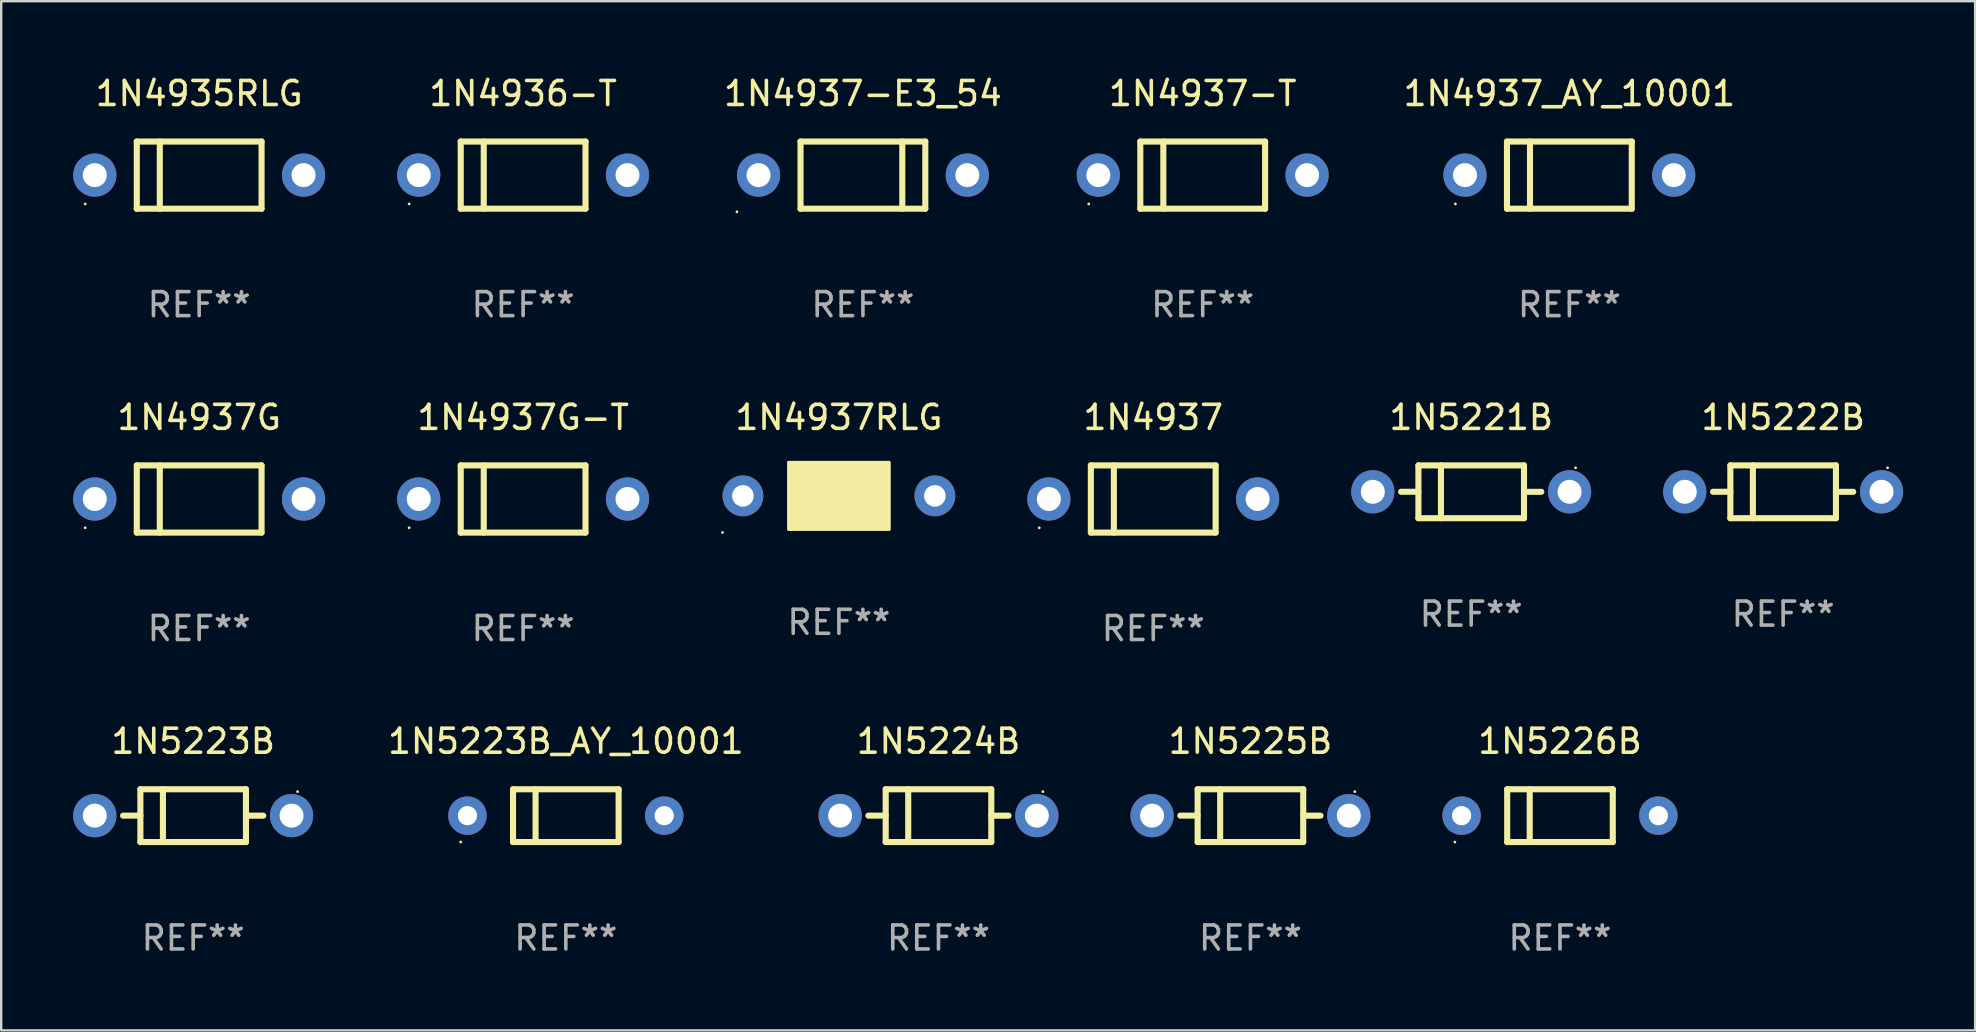
<source format=kicad_pcb>
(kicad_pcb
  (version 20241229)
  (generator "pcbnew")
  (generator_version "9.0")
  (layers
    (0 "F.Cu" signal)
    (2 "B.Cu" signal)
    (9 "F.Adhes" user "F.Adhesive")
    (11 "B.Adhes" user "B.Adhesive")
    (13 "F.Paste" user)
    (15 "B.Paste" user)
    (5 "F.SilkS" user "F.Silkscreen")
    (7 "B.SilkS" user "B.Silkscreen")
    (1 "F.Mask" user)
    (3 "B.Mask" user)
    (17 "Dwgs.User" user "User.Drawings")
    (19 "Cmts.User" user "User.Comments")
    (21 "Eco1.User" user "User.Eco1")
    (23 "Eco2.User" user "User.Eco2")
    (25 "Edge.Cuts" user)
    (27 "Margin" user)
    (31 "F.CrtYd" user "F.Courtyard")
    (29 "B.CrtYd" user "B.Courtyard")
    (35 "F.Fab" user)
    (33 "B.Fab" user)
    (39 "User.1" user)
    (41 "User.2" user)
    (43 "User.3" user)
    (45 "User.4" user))
  (footprint "1N5225B"
    (layer "F.Cu")
    (at 49.06 30.941)
    (property "Reference" "1N5225B" (at 0 -3.1 0) (layer "F.SilkS") (effects (font (size 1 1) (thickness 0.15))))
    (attr through_hole)
    (fp_line (start -2.2 -1.1) (end -2.2 1.1) (stroke (width 0.254) (type solid)) (layer "F.SilkS"))
    (fp_line (start -2.2 -1.1) (end 2.2 -1.1) (stroke (width 0.254) (type solid)) (layer "F.SilkS"))
    (fp_line (start -2.2 -0.001) (end -2.921 -0.001) (stroke (width 0.254) (type solid)) (layer "F.SilkS"))
    (fp_line (start -2.2 1.1) (end 2.2 1.1) (stroke (width 0.254) (type solid)) (layer "F.SilkS"))
    (fp_line (start -1.261 -1.1) (end -1.261 1.1) (stroke (width 0.254) (type solid)) (layer "F.SilkS"))
    (fp_line (start 2.2 -1.1) (end 2.2 1.1) (stroke (width 0.254) (type solid)) (layer "F.SilkS"))
    (fp_line (start 2.2 0.001) (end 2.921 0.001) (stroke (width 0.254) (type solid)) (layer "F.SilkS"))
    (fp_circle (center 4.35 -1) (end 4.38 -1) (stroke (width 0.06) (type solid)) (fill no) (layer "F.SilkS"))
    (fp_text user "REF**" (at 0 5.1 0) (layer "F.Fab") (effects (font (size 1 1) (thickness 0.15))))
    (pad "1" thru_hole circle (at 4.1 0) (size 1.8 1.8) (drill 1) (layers "*.Cu" "*.Mask"))
    (pad "2" thru_hole circle (at -4.1 0) (size 1.8 1.8) (drill 1) (layers "*.Cu" "*.Mask")))
  (footprint "1N5222B"
    (layer "F.Cu")
    (at 71.26 17.445)
    (property "Reference" "1N5222B" (at 0 -3.1 0) (layer "F.SilkS") (effects (font (size 1 1) (thickness 0.15))))
    (attr through_hole)
    (fp_line (start -2.2 -1.1) (end -2.2 1.1) (stroke (width 0.254) (type solid)) (layer "F.SilkS"))
    (fp_line (start -2.2 -1.1) (end 2.2 -1.1) (stroke (width 0.254) (type solid)) (layer "F.SilkS"))
    (fp_line (start -2.2 -0.001) (end -2.921 -0.001) (stroke (width 0.254) (type solid)) (layer "F.SilkS"))
    (fp_line (start -2.2 1.1) (end 2.2 1.1) (stroke (width 0.254) (type solid)) (layer "F.SilkS"))
    (fp_line (start -1.261 -1.1) (end -1.261 1.1) (stroke (width 0.254) (type solid)) (layer "F.SilkS"))
    (fp_line (start 2.2 -1.1) (end 2.2 1.1) (stroke (width 0.254) (type solid)) (layer "F.SilkS"))
    (fp_line (start 2.2 0.001) (end 2.921 0.001) (stroke (width 0.254) (type solid)) (layer "F.SilkS"))
    (fp_circle (center 4.35 -1) (end 4.38 -1) (stroke (width 0.06) (type solid)) (fill no) (layer "F.SilkS"))
    (fp_text user "REF**" (at 0 5.1 0) (layer "F.Fab") (effects (font (size 1 1) (thickness 0.15))))
    (pad "1" thru_hole circle (at 4.1 0) (size 1.8 1.8) (drill 1) (layers "*.Cu" "*.Mask"))
    (pad "2" thru_hole circle (at -4.1 0) (size 1.8 1.8) (drill 1) (layers "*.Cu" "*.Mask")))
  (footprint "1N4937G-T"
    (layer "F.Cu")
    (at 18.75 17.745)
    (property "Reference" "1N4937G-T" (at 0 -3.4 0) (layer "F.SilkS") (effects (font (size 1 1) (thickness 0.15))))
    (attr through_hole)
    (fp_line (start -2.6 -1.4) (end -2.6 1.4) (stroke (width 0.254) (type solid)) (layer "F.SilkS"))
    (fp_line (start -2.6 -1.4) (end 2.6 -1.4) (stroke (width 0.254) (type solid)) (layer "F.SilkS"))
    (fp_line (start -2.6 1.4) (end 2.6 1.4) (stroke (width 0.254) (type solid)) (layer "F.SilkS"))
    (fp_line (start -1.641 -1.4) (end -1.641 1.4) (stroke (width 0.254) (type solid)) (layer "F.SilkS"))
    (fp_line (start 2.6 -1.4) (end 2.6 1.4) (stroke (width 0.254) (type solid)) (layer "F.SilkS"))
    (fp_circle (center -4.75 1.2) (end -4.72 1.2) (stroke (width 0.06) (type solid)) (fill no) (layer "F.SilkS"))
    (fp_text user "REF**" (at 0 5.4 0) (layer "F.Fab") (effects (font (size 1 1) (thickness 0.15))))
    (pad "1" thru_hole circle (at -4.35 0) (size 1.8 1.8) (drill 1) (layers "*.Cu" "*.Mask"))
    (pad "2" thru_hole circle (at 4.35 0) (size 1.8 1.8) (drill 1) (layers "*.Cu" "*.Mask")))
  (footprint "1N5223B"
    (layer "F.Cu")
    (at 5 30.941)
    (property "Reference" "1N5223B" (at 0 -3.1 0) (layer "F.SilkS") (effects (font (size 1 1) (thickness 0.15))))
    (attr through_hole)
    (fp_line (start -2.2 -1.1) (end -2.2 1.1) (stroke (width 0.254) (type solid)) (layer "F.SilkS"))
    (fp_line (start -2.2 -1.1) (end 2.2 -1.1) (stroke (width 0.254) (type solid)) (layer "F.SilkS"))
    (fp_line (start -2.2 -0.001) (end -2.921 -0.001) (stroke (width 0.254) (type solid)) (layer "F.SilkS"))
    (fp_line (start -2.2 1.1) (end 2.2 1.1) (stroke (width 0.254) (type solid)) (layer "F.SilkS"))
    (fp_line (start -1.261 -1.1) (end -1.261 1.1) (stroke (width 0.254) (type solid)) (layer "F.SilkS"))
    (fp_line (start 2.2 -1.1) (end 2.2 1.1) (stroke (width 0.254) (type solid)) (layer "F.SilkS"))
    (fp_line (start 2.2 0.001) (end 2.921 0.001) (stroke (width 0.254) (type solid)) (layer "F.SilkS"))
    (fp_circle (center 4.35 -1) (end 4.38 -1) (stroke (width 0.06) (type solid)) (fill no) (layer "F.SilkS"))
    (fp_text user "REF**" (at 0 5.1 0) (layer "F.Fab") (effects (font (size 1 1) (thickness 0.15))))
    (pad "1" thru_hole circle (at 4.1 0) (size 1.8 1.8) (drill 1) (layers "*.Cu" "*.Mask"))
    (pad "2" thru_hole circle (at -4.1 0) (size 1.8 1.8) (drill 1) (layers "*.Cu" "*.Mask")))
  (footprint "1N4936-T"
    (layer "F.Cu")
    (at 18.75 4.248)
    (property "Reference" "1N4936-T" (at 0 -3.4 0) (layer "F.SilkS") (effects (font (size 1 1) (thickness 0.15))))
    (attr through_hole)
    (fp_line (start -2.6 -1.4) (end -2.6 1.4) (stroke (width 0.254) (type solid)) (layer "F.SilkS"))
    (fp_line (start -2.6 -1.4) (end 2.6 -1.4) (stroke (width 0.254) (type solid)) (layer "F.SilkS"))
    (fp_line (start -2.6 1.4) (end 2.6 1.4) (stroke (width 0.254) (type solid)) (layer "F.SilkS"))
    (fp_line (start -1.641 -1.4) (end -1.641 1.4) (stroke (width 0.254) (type solid)) (layer "F.SilkS"))
    (fp_line (start 2.6 -1.4) (end 2.6 1.4) (stroke (width 0.254) (type solid)) (layer "F.SilkS"))
    (fp_circle (center -4.75 1.2) (end -4.72 1.2) (stroke (width 0.06) (type solid)) (fill no) (layer "F.SilkS"))
    (fp_text user "REF**" (at 0 5.4 0) (layer "F.Fab") (effects (font (size 1 1) (thickness 0.15))))
    (pad "1" thru_hole circle (at -4.35 0) (size 1.8 1.8) (drill 1) (layers "*.Cu" "*.Mask"))
    (pad "2" thru_hole circle (at 4.35 0) (size 1.8 1.8) (drill 1) (layers "*.Cu" "*.Mask")))
  (footprint "1N4935RLG"
    (layer "F.Cu")
    (at 5.25 4.248)
    (property "Reference" "1N4935RLG" (at 0 -3.4 0) (layer "F.SilkS") (effects (font (size 1 1) (thickness 0.15))))
    (attr through_hole)
    (fp_line (start -2.6 -1.4) (end -2.6 1.4) (stroke (width 0.254) (type solid)) (layer "F.SilkS"))
    (fp_line (start -2.6 -1.4) (end 2.6 -1.4) (stroke (width 0.254) (type solid)) (layer "F.SilkS"))
    (fp_line (start -2.6 1.4) (end 2.6 1.4) (stroke (width 0.254) (type solid)) (layer "F.SilkS"))
    (fp_line (start -1.641 -1.4) (end -1.641 1.4) (stroke (width 0.254) (type solid)) (layer "F.SilkS"))
    (fp_line (start 2.6 -1.4) (end 2.6 1.4) (stroke (width 0.254) (type solid)) (layer "F.SilkS"))
    (fp_circle (center -4.75 1.2) (end -4.72 1.2) (stroke (width 0.06) (type solid)) (fill no) (layer "F.SilkS"))
    (fp_text user "REF**" (at 0 5.4 0) (layer "F.Fab") (effects (font (size 1 1) (thickness 0.15))))
    (pad "1" thru_hole circle (at -4.35 0) (size 1.8 1.8) (drill 1) (layers "*.Cu" "*.Mask"))
    (pad "2" thru_hole circle (at 4.35 0) (size 1.8 1.8) (drill 1) (layers "*.Cu" "*.Mask")))
  (footprint "1N5223B_AY_10001"
    (layer "F.Cu")
    (at 20.53 30.941)
    (property "Reference" "1N5223B_AY_10001" (at 0 -3.1 0) (layer "F.SilkS") (effects (font (size 1 1) (thickness 0.15))))
    (attr through_hole)
    (fp_line (start -2.2 -1.1) (end -2.2 1.1) (stroke (width 0.254) (type solid)) (layer "F.SilkS"))
    (fp_line (start -2.2 -1.1) (end 2.2 -1.1) (stroke (width 0.254) (type solid)) (layer "F.SilkS"))
    (fp_line (start -2.2 1.1) (end 2.2 1.1) (stroke (width 0.254) (type solid)) (layer "F.SilkS"))
    (fp_line (start -1.261 -1.1) (end -1.261 1.1) (stroke (width 0.254) (type solid)) (layer "F.SilkS"))
    (fp_line (start 2.2 -1.1) (end 2.2 1.1) (stroke (width 0.254) (type solid)) (layer "F.SilkS"))
    (fp_circle (center -4.38 1.1) (end -4.35 1.1) (stroke (width 0.06) (type solid)) (fill no) (layer "F.SilkS"))
    (fp_text user "REF**" (at 0 5.1 0) (layer "F.Fab") (effects (font (size 1 1) (thickness 0.15))))
    (pad "1" thru_hole circle (at -4.1 0) (size 1.6 1.6) (drill 0.8) (layers "*.Cu" "*.Mask"))
    (pad "2" thru_hole circle (at 4.1 0) (size 1.6 1.6) (drill 0.8) (layers "*.Cu" "*.Mask")))
  (footprint "1N4937-E3_54"
    (layer "F.Cu")
    (at 32.911 4.248)
    (property "Reference" "1N4937-E3_54" (at 0 -3.4 0) (layer "F.SilkS") (effects (font (size 1 1) (thickness 0.15))))
    (attr through_hole)
    (fp_line (start -2.6 1.4) (end -2.6 -1.4) (stroke (width 0.254) (type solid)) (layer "F.SilkS"))
    (fp_line (start 1.641 1.4) (end 1.641 -1.4) (stroke (width 0.254) (type solid)) (layer "F.SilkS"))
    (fp_line (start 2.6 -1.4) (end -2.6 -1.4) (stroke (width 0.254) (type solid)) (layer "F.SilkS"))
    (fp_line (start 2.6 1.4) (end -2.6 1.4) (stroke (width 0.254) (type solid)) (layer "F.SilkS"))
    (fp_line (start 2.6 1.4) (end 2.6 -1.4) (stroke (width 0.254) (type solid)) (layer "F.SilkS"))
    (fp_circle (center -5.25 1.527) (end -5.22 1.527) (stroke (width 0.06) (type solid)) (fill no) (layer "F.SilkS"))
    (fp_text user "REF**" (at 0 5.4 0) (layer "F.Fab") (effects (font (size 1 1) (thickness 0.15))))
    (pad "1" thru_hole circle (at -4.35 0) (size 1.8 1.8) (drill 1) (layers "*.Cu" "*.Mask"))
    (pad "2" thru_hole circle (at 4.35 0) (size 1.8 1.8) (drill 1) (layers "*.Cu" "*.Mask")))
  (footprint "1N4937RLG"
    (layer "F.Cu")
    (at 31.91 17.615)
    (property "Reference" "1N4937RLG" (at 0 -3.27 0) (layer "F.SilkS") (effects (font (size 1 1) (thickness 0.15))))
    (attr through_hole)
    (fp_line (start 1.27 -1.27) (end 1.27 1.27) (stroke (width 0.229) (type solid)) (layer "F.SilkS"))
    (fp_circle (center -4.85 1.527) (end -4.82 1.527) (stroke (width 0.06) (type solid)) (fill no) (layer "F.SilkS"))
    (fp_poly (pts (xy -2.1 -1.4) (xy 2.1 -1.4) (xy 2.1 1.4) (xy -2.1 1.4)) (stroke (width 0.12) (type solid)) (fill yes) (layer "F.SilkS"))
    (fp_text user "REF**" (at 0 5.27 0) (layer "F.Fab") (effects (font (size 1 1) (thickness 0.15))))
    (pad "1" thru_hole circle (at -4 0) (size 1.7 1.7) (drill 0.9) (layers "*.Cu" "*.Mask"))
    (pad "2" thru_hole circle (at 4 0) (size 1.7 1.7) (drill 0.9) (layers "*.Cu" "*.Mask")))
  (footprint "1N5226B"
    (layer "F.Cu")
    (at 61.96 30.941)
    (property "Reference" "1N5226B" (at 0 -3.1 0) (layer "F.SilkS") (effects (font (size 1 1) (thickness 0.15))))
    (attr through_hole)
    (fp_line (start -2.2 -1.1) (end -2.2 1.1) (stroke (width 0.254) (type solid)) (layer "F.SilkS"))
    (fp_line (start -2.2 -1.1) (end 2.2 -1.1) (stroke (width 0.254) (type solid)) (layer "F.SilkS"))
    (fp_line (start -2.2 1.1) (end 2.2 1.1) (stroke (width 0.254) (type solid)) (layer "F.SilkS"))
    (fp_line (start -1.261 -1.1) (end -1.261 1.1) (stroke (width 0.254) (type solid)) (layer "F.SilkS"))
    (fp_line (start 2.2 -1.1) (end 2.2 1.1) (stroke (width 0.254) (type solid)) (layer "F.SilkS"))
    (fp_circle (center -4.38 1.1) (end -4.35 1.1) (stroke (width 0.06) (type solid)) (fill no) (layer "F.SilkS"))
    (fp_text user "REF**" (at 0 5.1 0) (layer "F.Fab") (effects (font (size 1 1) (thickness 0.15))))
    (pad "1" thru_hole circle (at -4.1 0) (size 1.6 1.6) (drill 0.8) (layers "*.Cu" "*.Mask"))
    (pad "2" thru_hole circle (at 4.1 0) (size 1.6 1.6) (drill 0.8) (layers "*.Cu" "*.Mask")))
  (footprint "1N5224B"
    (layer "F.Cu")
    (at 36.06 30.941)
    (property "Reference" "1N5224B" (at 0 -3.1 0) (layer "F.SilkS") (effects (font (size 1 1) (thickness 0.15))))
    (attr through_hole)
    (fp_line (start -2.2 -1.1) (end -2.2 1.1) (stroke (width 0.254) (type solid)) (layer "F.SilkS"))
    (fp_line (start -2.2 -1.1) (end 2.2 -1.1) (stroke (width 0.254) (type solid)) (layer "F.SilkS"))
    (fp_line (start -2.2 -0.001) (end -2.921 -0.001) (stroke (width 0.254) (type solid)) (layer "F.SilkS"))
    (fp_line (start -2.2 1.1) (end 2.2 1.1) (stroke (width 0.254) (type solid)) (layer "F.SilkS"))
    (fp_line (start -1.261 -1.1) (end -1.261 1.1) (stroke (width 0.254) (type solid)) (layer "F.SilkS"))
    (fp_line (start 2.2 -1.1) (end 2.2 1.1) (stroke (width 0.254) (type solid)) (layer "F.SilkS"))
    (fp_line (start 2.2 0.001) (end 2.921 0.001) (stroke (width 0.254) (type solid)) (layer "F.SilkS"))
    (fp_circle (center 4.35 -1) (end 4.38 -1) (stroke (width 0.06) (type solid)) (fill no) (layer "F.SilkS"))
    (fp_text user "REF**" (at 0 5.1 0) (layer "F.Fab") (effects (font (size 1 1) (thickness 0.15))))
    (pad "1" thru_hole circle (at 4.1 0) (size 1.8 1.8) (drill 1) (layers "*.Cu" "*.Mask"))
    (pad "2" thru_hole circle (at -4.1 0) (size 1.8 1.8) (drill 1) (layers "*.Cu" "*.Mask")))
  (footprint "1N5221B"
    (layer "F.Cu")
    (at 58.26 17.445)
    (property "Reference" "1N5221B" (at 0 -3.1 0) (layer "F.SilkS") (effects (font (size 1 1) (thickness 0.15))))
    (attr through_hole)
    (fp_line (start -2.2 -1.1) (end -2.2 1.1) (stroke (width 0.254) (type solid)) (layer "F.SilkS"))
    (fp_line (start -2.2 -1.1) (end 2.2 -1.1) (stroke (width 0.254) (type solid)) (layer "F.SilkS"))
    (fp_line (start -2.2 -0.001) (end -2.921 -0.001) (stroke (width 0.254) (type solid)) (layer "F.SilkS"))
    (fp_line (start -2.2 1.1) (end 2.2 1.1) (stroke (width 0.254) (type solid)) (layer "F.SilkS"))
    (fp_line (start -1.261 -1.1) (end -1.261 1.1) (stroke (width 0.254) (type solid)) (layer "F.SilkS"))
    (fp_line (start 2.2 -1.1) (end 2.2 1.1) (stroke (width 0.254) (type solid)) (layer "F.SilkS"))
    (fp_line (start 2.2 0.001) (end 2.921 0.001) (stroke (width 0.254) (type solid)) (layer "F.SilkS"))
    (fp_circle (center 4.35 -1) (end 4.38 -1) (stroke (width 0.06) (type solid)) (fill no) (layer "F.SilkS"))
    (fp_text user "REF**" (at 0 5.1 0) (layer "F.Fab") (effects (font (size 1 1) (thickness 0.15))))
    (pad "1" thru_hole circle (at 4.1 0) (size 1.8 1.8) (drill 1) (layers "*.Cu" "*.Mask"))
    (pad "2" thru_hole circle (at -4.1 0) (size 1.8 1.8) (drill 1) (layers "*.Cu" "*.Mask")))
  (footprint "1N4937-T"
    (layer "F.Cu")
    (at 47.071 4.248)
    (property "Reference" "1N4937-T" (at 0 -3.4 0) (layer "F.SilkS") (effects (font (size 1 1) (thickness 0.15))))
    (attr through_hole)
    (fp_line (start -2.6 -1.4) (end -2.6 1.4) (stroke (width 0.254) (type solid)) (layer "F.SilkS"))
    (fp_line (start -2.6 -1.4) (end 2.6 -1.4) (stroke (width 0.254) (type solid)) (layer "F.SilkS"))
    (fp_line (start -2.6 1.4) (end 2.6 1.4) (stroke (width 0.254) (type solid)) (layer "F.SilkS"))
    (fp_line (start -1.641 -1.4) (end -1.641 1.4) (stroke (width 0.254) (type solid)) (layer "F.SilkS"))
    (fp_line (start 2.6 -1.4) (end 2.6 1.4) (stroke (width 0.254) (type solid)) (layer "F.SilkS"))
    (fp_circle (center -4.75 1.2) (end -4.72 1.2) (stroke (width 0.06) (type solid)) (fill no) (layer "F.SilkS"))
    (fp_text user "REF**" (at 0 5.4 0) (layer "F.Fab") (effects (font (size 1 1) (thickness 0.15))))
    (pad "1" thru_hole circle (at -4.35 0) (size 1.8 1.8) (drill 1) (layers "*.Cu" "*.Mask"))
    (pad "2" thru_hole circle (at 4.35 0) (size 1.8 1.8) (drill 1) (layers "*.Cu" "*.Mask")))
  (footprint "1N4937_AY_10001"
    (layer "F.Cu")
    (at 62.351 4.248)
    (property "Reference" "1N4937_AY_10001" (at 0 -3.4 0) (layer "F.SilkS") (effects (font (size 1 1) (thickness 0.15))))
    (attr through_hole)
    (fp_line (start -2.6 -1.4) (end -2.6 1.4) (stroke (width 0.254) (type solid)) (layer "F.SilkS"))
    (fp_line (start -2.6 -1.4) (end 2.6 -1.4) (stroke (width 0.254) (type solid)) (layer "F.SilkS"))
    (fp_line (start -2.6 1.4) (end 2.6 1.4) (stroke (width 0.254) (type solid)) (layer "F.SilkS"))
    (fp_line (start -1.641 -1.4) (end -1.641 1.4) (stroke (width 0.254) (type solid)) (layer "F.SilkS"))
    (fp_line (start 2.6 -1.4) (end 2.6 1.4) (stroke (width 0.254) (type solid)) (layer "F.SilkS"))
    (fp_circle (center -4.75 1.2) (end -4.72 1.2) (stroke (width 0.06) (type solid)) (fill no) (layer "F.SilkS"))
    (fp_text user "REF**" (at 0 5.4 0) (layer "F.Fab") (effects (font (size 1 1) (thickness 0.15))))
    (pad "1" thru_hole circle (at -4.35 0) (size 1.8 1.8) (drill 1) (layers "*.Cu" "*.Mask"))
    (pad "2" thru_hole circle (at 4.35 0) (size 1.8 1.8) (drill 1) (layers "*.Cu" "*.Mask")))
  (footprint "1N4937G"
    (layer "F.Cu")
    (at 5.25 17.745)
    (property "Reference" "1N4937G" (at 0 -3.4 0) (layer "F.SilkS") (effects (font (size 1 1) (thickness 0.15))))
    (attr through_hole)
    (fp_line (start -2.6 -1.4) (end -2.6 1.4) (stroke (width 0.254) (type solid)) (layer "F.SilkS"))
    (fp_line (start -2.6 -1.4) (end 2.6 -1.4) (stroke (width 0.254) (type solid)) (layer "F.SilkS"))
    (fp_line (start -2.6 1.4) (end 2.6 1.4) (stroke (width 0.254) (type solid)) (layer "F.SilkS"))
    (fp_line (start -1.641 -1.4) (end -1.641 1.4) (stroke (width 0.254) (type solid)) (layer "F.SilkS"))
    (fp_line (start 2.6 -1.4) (end 2.6 1.4) (stroke (width 0.254) (type solid)) (layer "F.SilkS"))
    (fp_circle (center -4.75 1.2) (end -4.72 1.2) (stroke (width 0.06) (type solid)) (fill no) (layer "F.SilkS"))
    (fp_text user "REF**" (at 0 5.4 0) (layer "F.Fab") (effects (font (size 1 1) (thickness 0.15))))
    (pad "1" thru_hole circle (at -4.35 0) (size 1.8 1.8) (drill 1) (layers "*.Cu" "*.Mask"))
    (pad "2" thru_hole circle (at 4.35 0) (size 1.8 1.8) (drill 1) (layers "*.Cu" "*.Mask")))
  (footprint "1N4937"
    (layer "F.Cu")
    (at 45.01 17.745)
    (property "Reference" "1N4937" (at 0 -3.4 0) (layer "F.SilkS") (effects (font (size 1 1) (thickness 0.15))))
    (attr through_hole)
    (fp_line (start -2.6 -1.4) (end -2.6 1.4) (stroke (width 0.254) (type solid)) (layer "F.SilkS"))
    (fp_line (start -2.6 -1.4) (end 2.6 -1.4) (stroke (width 0.254) (type solid)) (layer "F.SilkS"))
    (fp_line (start -2.6 1.4) (end 2.6 1.4) (stroke (width 0.254) (type solid)) (layer "F.SilkS"))
    (fp_line (start -1.641 -1.4) (end -1.641 1.4) (stroke (width 0.254) (type solid)) (layer "F.SilkS"))
    (fp_line (start 2.6 -1.4) (end 2.6 1.4) (stroke (width 0.254) (type solid)) (layer "F.SilkS"))
    (fp_circle (center -4.75 1.2) (end -4.72 1.2) (stroke (width 0.06) (type solid)) (fill no) (layer "F.SilkS"))
    (fp_text user "REF**" (at 0 5.4 0) (layer "F.Fab") (effects (font (size 1 1) (thickness 0.15))))
    (pad "1" thru_hole circle (at -4.35 0) (size 1.8 1.8) (drill 1) (layers "*.Cu" "*.Mask"))
    (pad "2" thru_hole circle (at 4.35 0) (size 1.8 1.8) (drill 1) (layers "*.Cu" "*.Mask")))
  (gr_rect
    (start -3 -3)
    (end 79.26 39.889)
    (stroke (width 0.1) (type default))
    (fill no)
    (layer "Edge.Cuts")))
</source>
